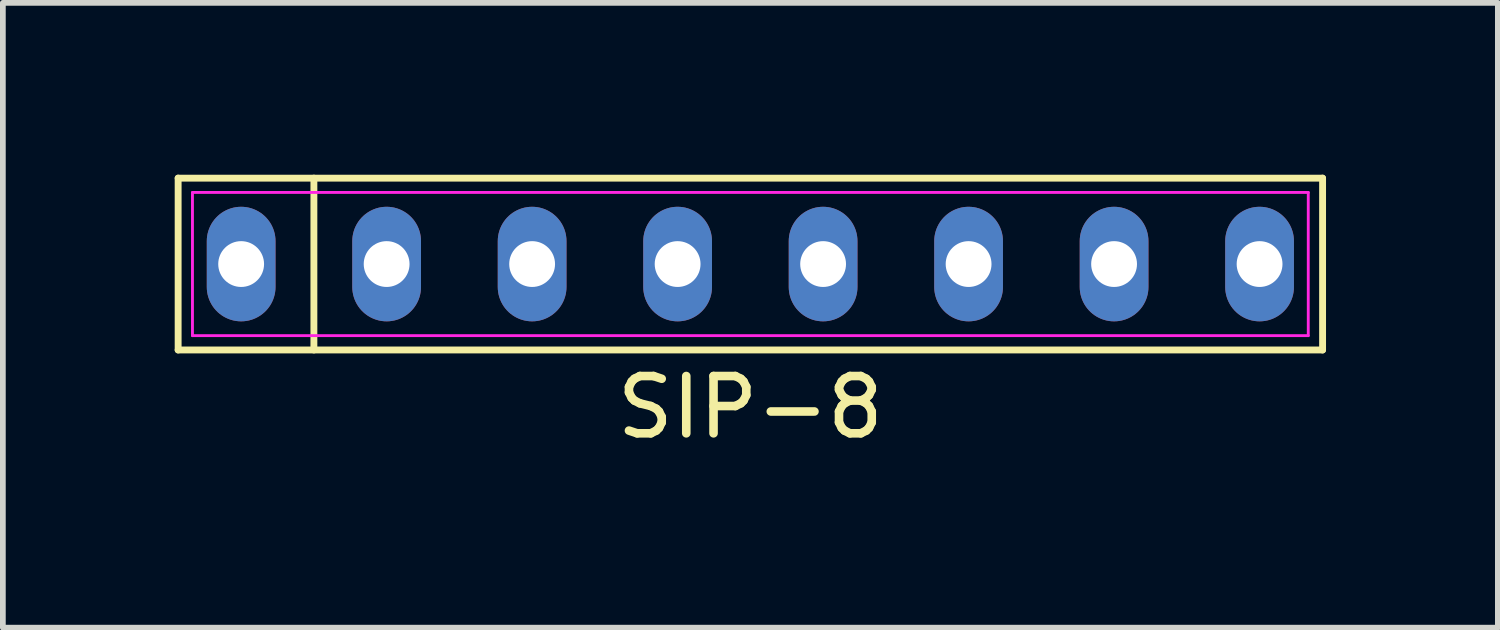
<source format=kicad_pcb>
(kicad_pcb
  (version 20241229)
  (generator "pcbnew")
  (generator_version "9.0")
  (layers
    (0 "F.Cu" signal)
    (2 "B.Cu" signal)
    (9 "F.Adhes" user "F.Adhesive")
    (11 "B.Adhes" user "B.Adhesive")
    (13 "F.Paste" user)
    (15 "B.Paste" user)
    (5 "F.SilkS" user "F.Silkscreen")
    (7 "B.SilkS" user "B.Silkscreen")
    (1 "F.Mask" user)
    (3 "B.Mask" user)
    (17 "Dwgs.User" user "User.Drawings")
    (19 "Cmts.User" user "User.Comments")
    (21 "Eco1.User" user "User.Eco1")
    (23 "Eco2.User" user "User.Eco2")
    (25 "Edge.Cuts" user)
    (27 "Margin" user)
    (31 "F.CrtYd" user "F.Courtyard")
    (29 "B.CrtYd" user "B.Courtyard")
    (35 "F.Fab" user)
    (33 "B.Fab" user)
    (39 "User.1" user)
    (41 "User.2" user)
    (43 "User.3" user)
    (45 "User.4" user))
  (footprint "SIP-8"
    (layer "F.Cu")
    (at 10.05 1.56)
    (property "Reference" "SIP-8" (at 0 2.5 0) (layer "F.SilkS") (effects (font (size 1 1) (thickness 0.15))))
    (attr through_hole)
    (fp_line (start -9.99 -1.5) (end 9.99 -1.5) (stroke (width 0.12) (type default)) (layer "F.SilkS"))
    (fp_line (start -9.99 1.5) (end -9.99 -1.5) (stroke (width 0.12) (type default)) (layer "F.SilkS"))
    (fp_line (start -7.62 -1.5) (end -7.62 1.5) (stroke (width 0.12) (type default)) (layer "F.SilkS"))
    (fp_line (start 9.99 -1.5) (end 9.99 1.5) (stroke (width 0.12) (type default)) (layer "F.SilkS"))
    (fp_line (start 9.99 1.5) (end -9.99 1.5) (stroke (width 0.12) (type default)) (layer "F.SilkS"))
    (fp_line (start -9.74 -1.25) (end 9.74 -1.25) (stroke (width 0.05) (type default)) (layer "F.CrtYd"))
    (fp_line (start -9.74 1.25) (end -9.74 -1.25) (stroke (width 0.05) (type default)) (layer "F.CrtYd"))
    (fp_line (start 9.74 -1.25) (end 9.74 1.25) (stroke (width 0.05) (type default)) (layer "F.CrtYd"))
    (fp_line (start 9.74 1.25) (end -9.74 1.25) (stroke (width 0.05) (type default)) (layer "F.CrtYd"))
    (pad "1" thru_hole oval (at -8.89 0) (size 1.2 2) (drill 0.8) (layers "*.Cu" "*.Mask"))
    (pad "2" thru_hole oval (at -6.35 0) (size 1.2 2) (drill 0.8) (layers "*.Cu" "*.Mask"))
    (pad "3" thru_hole oval (at -3.81 0) (size 1.2 2) (drill 0.8) (layers "*.Cu" "*.Mask"))
    (pad "4" thru_hole oval (at -1.27 0) (size 1.2 2) (drill 0.8) (layers "*.Cu" "*.Mask"))
    (pad "5" thru_hole oval (at 1.27 0) (size 1.2 2) (drill 0.8) (layers "*.Cu" "*.Mask"))
    (pad "6" thru_hole oval (at 3.81 0) (size 1.2 2) (drill 0.8) (layers "*.Cu" "*.Mask"))
    (pad "7" thru_hole oval (at 6.35 0) (size 1.2 2) (drill 0.8) (layers "*.Cu" "*.Mask"))
    (pad "8" thru_hole oval (at 8.89 0) (size 1.2 2) (drill 0.8) (layers "*.Cu" "*.Mask")))
  (gr_rect
    (start -3 -3)
    (end 23.1 7.908)
    (stroke (width 0.1) (type default))
    (fill no)
    (layer "Edge.Cuts")))
</source>
